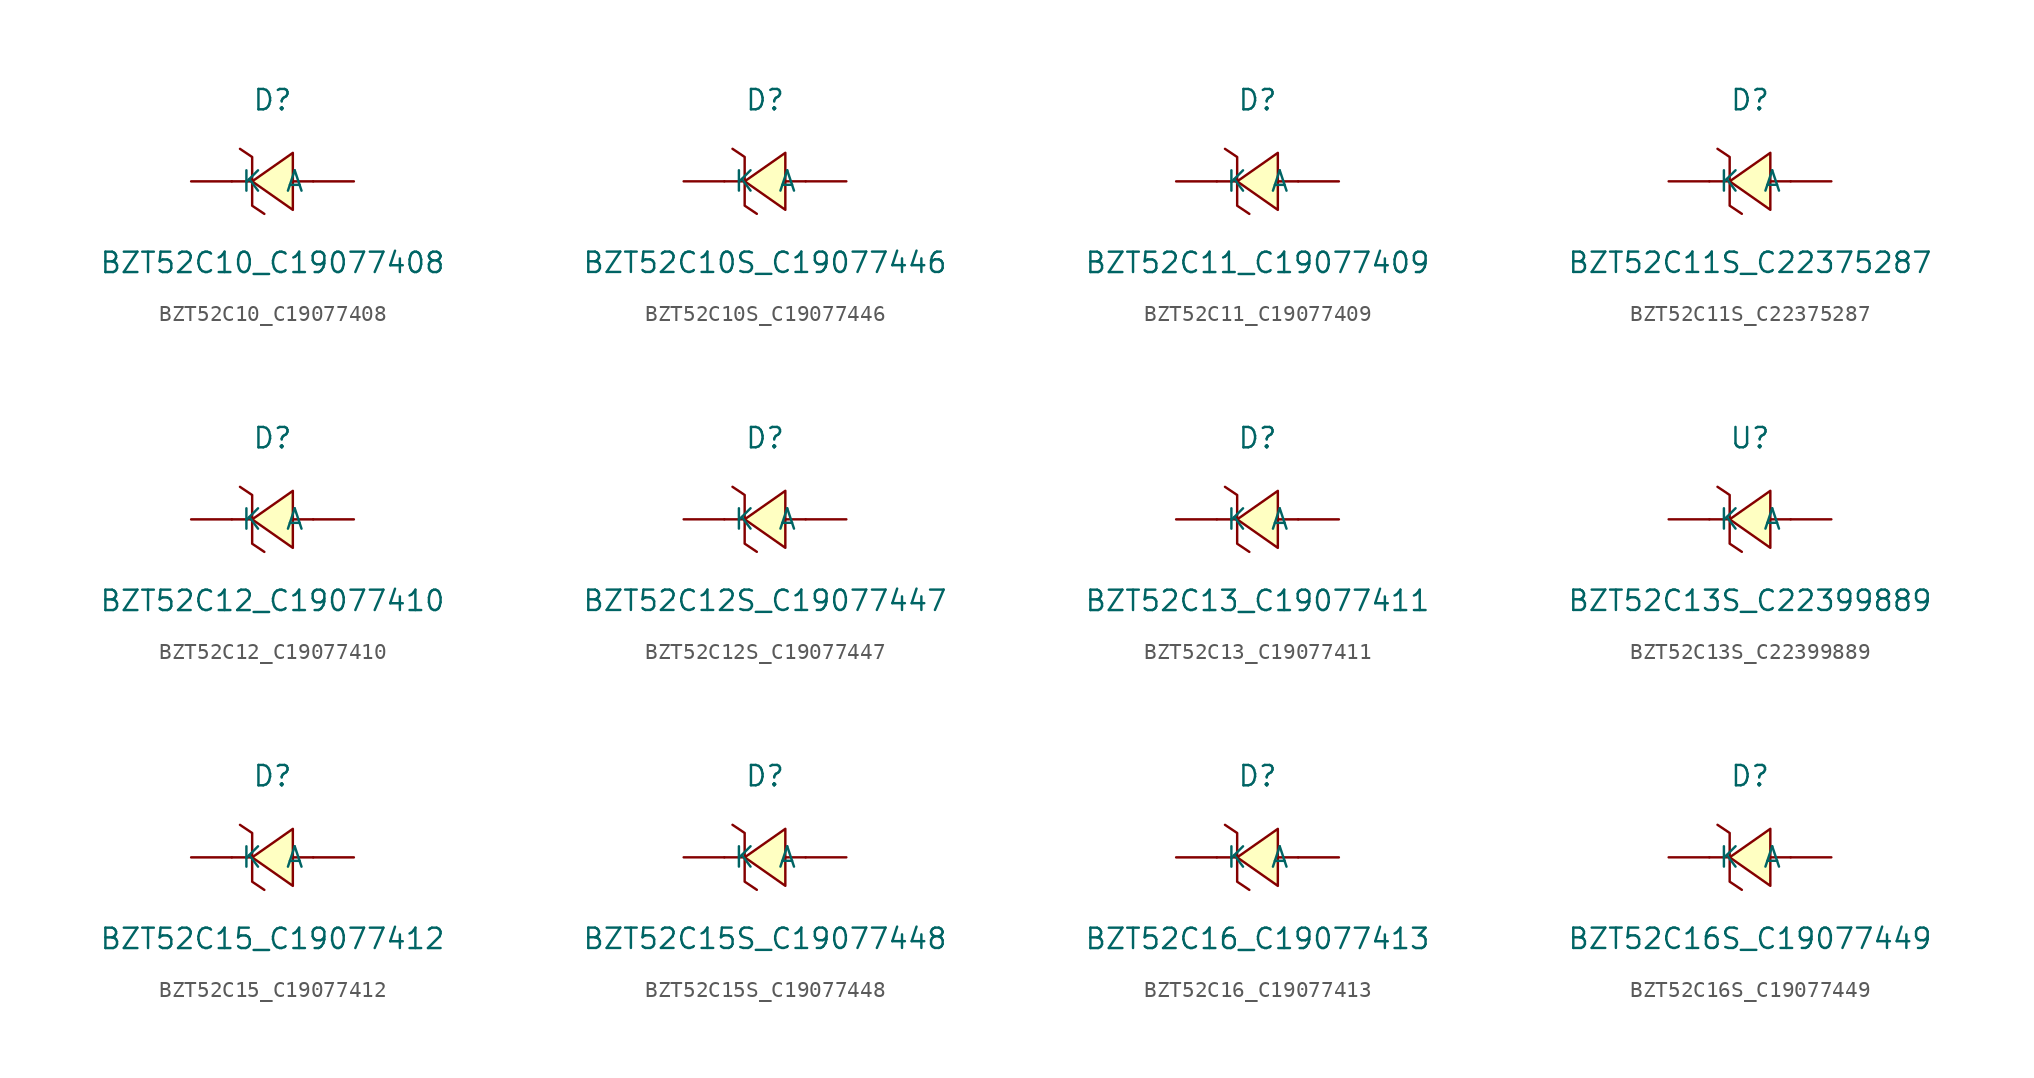
<source format=kicad_sym>
(kicad_symbol_lib
  (version 20241209)
  (generator "kicad_symbol_editor")
  (generator_version "9.0")
  (symbol "BZT52C10_C19077408"
    (pin_numbers
      (hide yes))
    (property "Reference" "D"
      (at 0 5.08 0)
      (effects (font (size 1.27 1.27))))
    (property "Value" "BZT52C10_C19077408"
      (at 0 -5.08 0)
      (effects (font (size 1.27 1.27))))
    (symbol "BZT52C10_C19077408_0_1"
      (polyline (pts (xy -2.03 2.03) (xy -1.27 1.52) (xy -1.27 -1.52) (xy -0.51 -2.03)) (stroke (width 0) (type default)) (fill (type none)))
      (polyline (pts (xy -1.27 0) (xy -2.54 0)) (stroke (width 0) (type default)) (fill (type none)))
      (polyline (pts (xy 1.27 1.78) (xy -1.27 0) (xy 1.27 -1.78) (xy 1.27 1.78)) (stroke (width 0) (type default)) (fill (type background)))
      (polyline (pts (xy 2.54 0) (xy 1.27 0)) (stroke (width 0) (type default)) (fill (type none)))
      (pin unspecified line (at -5.08 0 0) (length 2.54) (name "K" (effects (font (size 1.27 1.27)))) (number "1" (effects (font (size 1.27 1.27)))))
      (pin unspecified line (at 5.08 0 180) (length 2.54) (name "A" (effects (font (size 1.27 1.27)))) (number "2" (effects (font (size 1.27 1.27)))))))
  (symbol "BZT52C10S_C19077446"
    (pin_numbers
      (hide yes))
    (property "Reference" "D"
      (at 0 5.08 0)
      (effects (font (size 1.27 1.27))))
    (property "Value" "BZT52C10S_C19077446"
      (at 0 -5.08 0)
      (effects (font (size 1.27 1.27))))
    (symbol "BZT52C10S_C19077446_0_1"
      (polyline (pts (xy -2.03 2.03) (xy -1.27 1.52) (xy -1.27 -1.52) (xy -0.51 -2.03)) (stroke (width 0) (type default)) (fill (type none)))
      (polyline (pts (xy -1.27 0) (xy -2.54 0)) (stroke (width 0) (type default)) (fill (type none)))
      (polyline (pts (xy 1.27 1.78) (xy -1.27 0) (xy 1.27 -1.78) (xy 1.27 1.78)) (stroke (width 0) (type default)) (fill (type background)))
      (polyline (pts (xy 2.54 0) (xy 1.27 0)) (stroke (width 0) (type default)) (fill (type none)))
      (pin unspecified line (at -5.08 0 0) (length 2.54) (name "K" (effects (font (size 1.27 1.27)))) (number "1" (effects (font (size 1.27 1.27)))))
      (pin unspecified line (at 5.08 0 180) (length 2.54) (name "A" (effects (font (size 1.27 1.27)))) (number "2" (effects (font (size 1.27 1.27)))))))
  (symbol "BZT52C11_C19077409"
    (pin_numbers
      (hide yes))
    (property "Reference" "D"
      (at 0 5.08 0)
      (effects (font (size 1.27 1.27))))
    (property "Value" "BZT52C11_C19077409"
      (at 0 -5.08 0)
      (effects (font (size 1.27 1.27))))
    (symbol "BZT52C11_C19077409_0_1"
      (polyline (pts (xy -2.03 2.03) (xy -1.27 1.52) (xy -1.27 -1.52) (xy -0.51 -2.03)) (stroke (width 0) (type default)) (fill (type none)))
      (polyline (pts (xy -1.27 0) (xy -2.54 0)) (stroke (width 0) (type default)) (fill (type none)))
      (polyline (pts (xy 1.27 1.78) (xy -1.27 0) (xy 1.27 -1.78) (xy 1.27 1.78)) (stroke (width 0) (type default)) (fill (type background)))
      (polyline (pts (xy 2.54 0) (xy 1.27 0)) (stroke (width 0) (type default)) (fill (type none)))
      (pin unspecified line (at -5.08 0 0) (length 2.54) (name "K" (effects (font (size 1.27 1.27)))) (number "1" (effects (font (size 1.27 1.27)))))
      (pin unspecified line (at 5.08 0 180) (length 2.54) (name "A" (effects (font (size 1.27 1.27)))) (number "2" (effects (font (size 1.27 1.27)))))))
  (symbol "BZT52C11S_C22375287"
    (pin_numbers
      (hide yes))
    (property "Reference" "D"
      (at 0 5.08 0)
      (effects (font (size 1.27 1.27))))
    (property "Value" "BZT52C11S_C22375287"
      (at 0 -5.08 0)
      (effects (font (size 1.27 1.27))))
    (symbol "BZT52C11S_C22375287_0_1"
      (polyline (pts (xy -2.03 2.03) (xy -1.27 1.52) (xy -1.27 -1.52) (xy -0.51 -2.03)) (stroke (width 0) (type default)) (fill (type none)))
      (polyline (pts (xy -1.27 0) (xy -2.54 0)) (stroke (width 0) (type default)) (fill (type none)))
      (polyline (pts (xy 1.27 1.78) (xy -1.27 0) (xy 1.27 -1.78) (xy 1.27 1.78)) (stroke (width 0) (type default)) (fill (type background)))
      (polyline (pts (xy 2.54 0) (xy 1.27 0)) (stroke (width 0) (type default)) (fill (type none)))
      (pin unspecified line (at -5.08 0 0) (length 2.54) (name "K" (effects (font (size 1.27 1.27)))) (number "1" (effects (font (size 1.27 1.27)))))
      (pin unspecified line (at 5.08 0 180) (length 2.54) (name "A" (effects (font (size 1.27 1.27)))) (number "2" (effects (font (size 1.27 1.27)))))))
  (symbol "BZT52C12_C19077410"
    (pin_numbers
      (hide yes))
    (property "Reference" "D"
      (at 0 5.08 0)
      (effects (font (size 1.27 1.27))))
    (property "Value" "BZT52C12_C19077410"
      (at 0 -5.08 0)
      (effects (font (size 1.27 1.27))))
    (symbol "BZT52C12_C19077410_0_1"
      (polyline (pts (xy -2.03 2.03) (xy -1.27 1.52) (xy -1.27 -1.52) (xy -0.51 -2.03)) (stroke (width 0) (type default)) (fill (type none)))
      (polyline (pts (xy -1.27 0) (xy -2.54 0)) (stroke (width 0) (type default)) (fill (type none)))
      (polyline (pts (xy 1.27 1.78) (xy -1.27 0) (xy 1.27 -1.78) (xy 1.27 1.78)) (stroke (width 0) (type default)) (fill (type background)))
      (polyline (pts (xy 2.54 0) (xy 1.27 0)) (stroke (width 0) (type default)) (fill (type none)))
      (pin unspecified line (at -5.08 0 0) (length 2.54) (name "K" (effects (font (size 1.27 1.27)))) (number "1" (effects (font (size 1.27 1.27)))))
      (pin unspecified line (at 5.08 0 180) (length 2.54) (name "A" (effects (font (size 1.27 1.27)))) (number "2" (effects (font (size 1.27 1.27)))))))
  (symbol "BZT52C12S_C19077447"
    (pin_numbers
      (hide yes))
    (property "Reference" "D"
      (at 0 5.08 0)
      (effects (font (size 1.27 1.27))))
    (property "Value" "BZT52C12S_C19077447"
      (at 0 -5.08 0)
      (effects (font (size 1.27 1.27))))
    (symbol "BZT52C12S_C19077447_0_1"
      (polyline (pts (xy -2.03 2.03) (xy -1.27 1.52) (xy -1.27 -1.52) (xy -0.51 -2.03)) (stroke (width 0) (type default)) (fill (type none)))
      (polyline (pts (xy -1.27 0) (xy -2.54 0)) (stroke (width 0) (type default)) (fill (type none)))
      (polyline (pts (xy 1.27 1.78) (xy -1.27 0) (xy 1.27 -1.78) (xy 1.27 1.78)) (stroke (width 0) (type default)) (fill (type background)))
      (polyline (pts (xy 2.54 0) (xy 1.27 0)) (stroke (width 0) (type default)) (fill (type none)))
      (pin unspecified line (at -5.08 0 0) (length 2.54) (name "K" (effects (font (size 1.27 1.27)))) (number "1" (effects (font (size 1.27 1.27)))))
      (pin unspecified line (at 5.08 0 180) (length 2.54) (name "A" (effects (font (size 1.27 1.27)))) (number "2" (effects (font (size 1.27 1.27)))))))
  (symbol "BZT52C13_C19077411"
    (pin_numbers
      (hide yes))
    (property "Reference" "D"
      (at 0 5.08 0)
      (effects (font (size 1.27 1.27))))
    (property "Value" "BZT52C13_C19077411"
      (at 0 -5.08 0)
      (effects (font (size 1.27 1.27))))
    (symbol "BZT52C13_C19077411_0_1"
      (polyline (pts (xy -2.03 2.03) (xy -1.27 1.52) (xy -1.27 -1.52) (xy -0.51 -2.03)) (stroke (width 0) (type default)) (fill (type none)))
      (polyline (pts (xy -1.27 0) (xy -2.54 0)) (stroke (width 0) (type default)) (fill (type none)))
      (polyline (pts (xy 1.27 1.78) (xy -1.27 0) (xy 1.27 -1.78) (xy 1.27 1.78)) (stroke (width 0) (type default)) (fill (type background)))
      (polyline (pts (xy 2.54 0) (xy 1.27 0)) (stroke (width 0) (type default)) (fill (type none)))
      (pin unspecified line (at -5.08 0 0) (length 2.54) (name "K" (effects (font (size 1.27 1.27)))) (number "1" (effects (font (size 1.27 1.27)))))
      (pin unspecified line (at 5.08 0 180) (length 2.54) (name "A" (effects (font (size 1.27 1.27)))) (number "2" (effects (font (size 1.27 1.27)))))))
  (symbol "BZT52C13S_C22399889"
    (pin_numbers
      (hide yes))
    (property "Reference" "U"
      (at 0 5.08 0)
      (effects (font (size 1.27 1.27))))
    (property "Value" "BZT52C13S_C22399889"
      (at 0 -5.08 0)
      (effects (font (size 1.27 1.27))))
    (symbol "BZT52C13S_C22399889_0_1"
      (polyline (pts (xy -2.03 2.03) (xy -1.27 1.52) (xy -1.27 -1.52) (xy -0.51 -2.03)) (stroke (width 0) (type default)) (fill (type none)))
      (polyline (pts (xy -1.27 0) (xy -2.54 0)) (stroke (width 0) (type default)) (fill (type none)))
      (polyline (pts (xy 1.27 1.78) (xy -1.27 0) (xy 1.27 -1.78) (xy 1.27 1.78)) (stroke (width 0) (type default)) (fill (type background)))
      (polyline (pts (xy 2.54 0) (xy 1.27 0)) (stroke (width 0) (type default)) (fill (type none)))
      (pin unspecified line (at -5.08 0 0) (length 2.54) (name "K" (effects (font (size 1.27 1.27)))) (number "1" (effects (font (size 1.27 1.27)))))
      (pin unspecified line (at 5.08 0 180) (length 2.54) (name "A" (effects (font (size 1.27 1.27)))) (number "2" (effects (font (size 1.27 1.27)))))))
  (symbol "BZT52C15_C19077412"
    (pin_numbers
      (hide yes))
    (property "Reference" "D"
      (at 0 5.08 0)
      (effects (font (size 1.27 1.27))))
    (property "Value" "BZT52C15_C19077412"
      (at 0 -5.08 0)
      (effects (font (size 1.27 1.27))))
    (symbol "BZT52C15_C19077412_0_1"
      (polyline (pts (xy -2.03 2.03) (xy -1.27 1.52) (xy -1.27 -1.52) (xy -0.51 -2.03)) (stroke (width 0) (type default)) (fill (type none)))
      (polyline (pts (xy -1.27 0) (xy -2.54 0)) (stroke (width 0) (type default)) (fill (type none)))
      (polyline (pts (xy 1.27 1.78) (xy -1.27 0) (xy 1.27 -1.78) (xy 1.27 1.78)) (stroke (width 0) (type default)) (fill (type background)))
      (polyline (pts (xy 2.54 0) (xy 1.27 0)) (stroke (width 0) (type default)) (fill (type none)))
      (pin unspecified line (at -5.08 0 0) (length 2.54) (name "K" (effects (font (size 1.27 1.27)))) (number "1" (effects (font (size 1.27 1.27)))))
      (pin unspecified line (at 5.08 0 180) (length 2.54) (name "A" (effects (font (size 1.27 1.27)))) (number "2" (effects (font (size 1.27 1.27)))))))
  (symbol "BZT52C15S_C19077448"
    (pin_numbers
      (hide yes))
    (property "Reference" "D"
      (at 0 5.08 0)
      (effects (font (size 1.27 1.27))))
    (property "Value" "BZT52C15S_C19077448"
      (at 0 -5.08 0)
      (effects (font (size 1.27 1.27))))
    (symbol "BZT52C15S_C19077448_0_1"
      (polyline (pts (xy -2.03 2.03) (xy -1.27 1.52) (xy -1.27 -1.52) (xy -0.51 -2.03)) (stroke (width 0) (type default)) (fill (type none)))
      (polyline (pts (xy -1.27 0) (xy -2.54 0)) (stroke (width 0) (type default)) (fill (type none)))
      (polyline (pts (xy 1.27 1.78) (xy -1.27 0) (xy 1.27 -1.78) (xy 1.27 1.78)) (stroke (width 0) (type default)) (fill (type background)))
      (polyline (pts (xy 2.54 0) (xy 1.27 0)) (stroke (width 0) (type default)) (fill (type none)))
      (pin unspecified line (at -5.08 0 0) (length 2.54) (name "K" (effects (font (size 1.27 1.27)))) (number "1" (effects (font (size 1.27 1.27)))))
      (pin unspecified line (at 5.08 0 180) (length 2.54) (name "A" (effects (font (size 1.27 1.27)))) (number "2" (effects (font (size 1.27 1.27)))))))
  (symbol "BZT52C16_C19077413"
    (pin_numbers
      (hide yes))
    (property "Reference" "D"
      (at 0 5.08 0)
      (effects (font (size 1.27 1.27))))
    (property "Value" "BZT52C16_C19077413"
      (at 0 -5.08 0)
      (effects (font (size 1.27 1.27))))
    (symbol "BZT52C16_C19077413_0_1"
      (polyline (pts (xy -2.03 2.03) (xy -1.27 1.52) (xy -1.27 -1.52) (xy -0.51 -2.03)) (stroke (width 0) (type default)) (fill (type none)))
      (polyline (pts (xy -1.27 0) (xy -2.54 0)) (stroke (width 0) (type default)) (fill (type none)))
      (polyline (pts (xy 1.27 1.78) (xy -1.27 0) (xy 1.27 -1.78) (xy 1.27 1.78)) (stroke (width 0) (type default)) (fill (type background)))
      (polyline (pts (xy 2.54 0) (xy 1.27 0)) (stroke (width 0) (type default)) (fill (type none)))
      (pin unspecified line (at -5.08 0 0) (length 2.54) (name "K" (effects (font (size 1.27 1.27)))) (number "1" (effects (font (size 1.27 1.27)))))
      (pin unspecified line (at 5.08 0 180) (length 2.54) (name "A" (effects (font (size 1.27 1.27)))) (number "2" (effects (font (size 1.27 1.27)))))))
  (symbol "BZT52C16S_C19077449"
    (pin_numbers
      (hide yes))
    (property "Reference" "D"
      (at 0 5.08 0)
      (effects (font (size 1.27 1.27))))
    (property "Value" "BZT52C16S_C19077449"
      (at 0 -5.08 0)
      (effects (font (size 1.27 1.27))))
    (symbol "BZT52C16S_C19077449_0_1"
      (polyline (pts (xy -2.03 2.03) (xy -1.27 1.52) (xy -1.27 -1.52) (xy -0.51 -2.03)) (stroke (width 0) (type default)) (fill (type none)))
      (polyline (pts (xy -1.27 0) (xy -2.54 0)) (stroke (width 0) (type default)) (fill (type none)))
      (polyline (pts (xy 1.27 1.78) (xy -1.27 0) (xy 1.27 -1.78) (xy 1.27 1.78)) (stroke (width 0) (type default)) (fill (type background)))
      (polyline (pts (xy 2.54 0) (xy 1.27 0)) (stroke (width 0) (type default)) (fill (type none)))
      (pin unspecified line (at -5.08 0 0) (length 2.54) (name "K" (effects (font (size 1.27 1.27)))) (number "1" (effects (font (size 1.27 1.27)))))
      (pin unspecified line (at 5.08 0 180) (length 2.54) (name "A" (effects (font (size 1.27 1.27)))) (number "2" (effects (font (size 1.27 1.27))))))))
</source>
